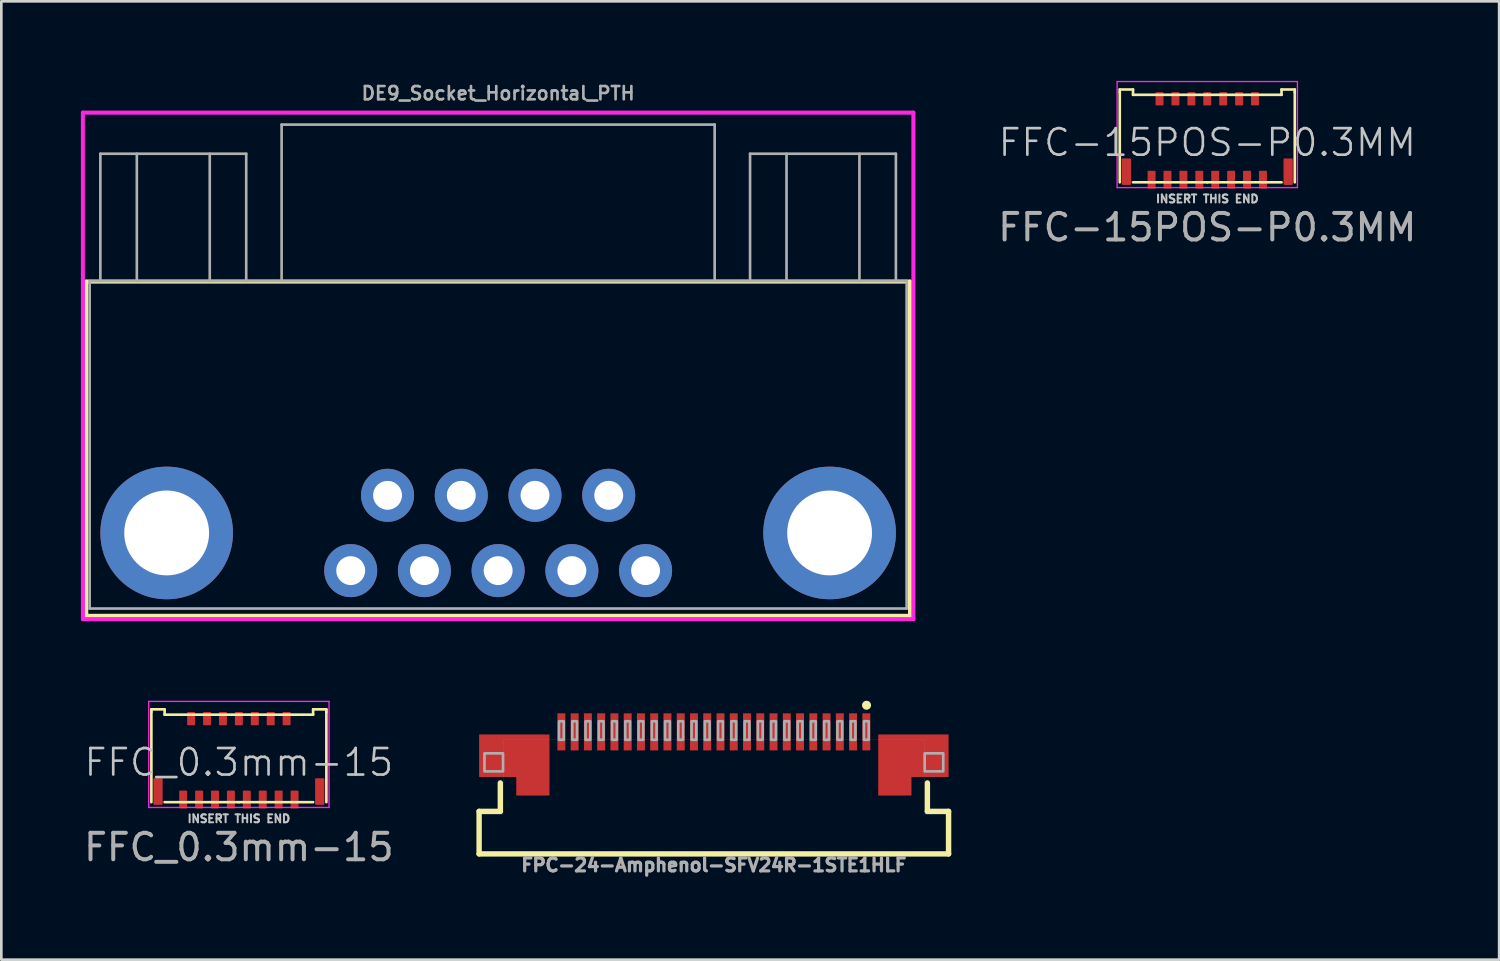
<source format=kicad_pcb>
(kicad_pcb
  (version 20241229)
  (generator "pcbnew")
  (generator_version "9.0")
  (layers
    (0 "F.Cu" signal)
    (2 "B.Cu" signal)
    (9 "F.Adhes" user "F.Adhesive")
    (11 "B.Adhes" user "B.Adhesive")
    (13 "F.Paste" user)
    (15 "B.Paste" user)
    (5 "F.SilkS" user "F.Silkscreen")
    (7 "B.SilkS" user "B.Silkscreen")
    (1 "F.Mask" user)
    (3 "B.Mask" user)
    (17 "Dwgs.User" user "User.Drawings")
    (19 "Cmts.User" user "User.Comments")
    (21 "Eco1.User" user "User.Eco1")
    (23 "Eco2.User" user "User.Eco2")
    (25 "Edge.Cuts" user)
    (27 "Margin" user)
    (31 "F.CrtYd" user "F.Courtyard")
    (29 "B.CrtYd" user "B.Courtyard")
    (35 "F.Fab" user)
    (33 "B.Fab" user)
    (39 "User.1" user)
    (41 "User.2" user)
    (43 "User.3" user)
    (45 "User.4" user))
  (footprint "DE9_Socket_Horizontal_PTH"
    (layer "F.Cu")
    (at 15.735 18.468)
    (property "Reference" "DE9_Socket_Horizontal_PTH" (at 0 -18 0) (unlocked yes) (layer "F.Fab") (effects (font (size 0.5 0.5) (thickness 0.1))))
    (attr smd)
    (fp_line (start -15.532 -10.9) (end -15.532 1.704) (stroke (width 0.152) (type solid)) (layer "F.SilkS"))
    (fp_line (start -15.532 1.704) (end 15.532 1.704) (stroke (width 0.152) (type solid)) (layer "F.SilkS"))
    (fp_line (start 15.532 -10.9) (end -15.532 -10.9) (stroke (width 0.152) (type solid)) (layer "F.SilkS"))
    (fp_line (start 15.532 1.704) (end 15.532 -10.9) (stroke (width 0.152) (type solid)) (layer "F.SilkS"))
    (fp_line (start -15.659 -17.27) (end -15.659 1.831) (stroke (width 0.152) (type solid)) (layer "F.CrtYd"))
    (fp_line (start -15.659 1.831) (end 15.659 1.831) (stroke (width 0.152) (type solid)) (layer "F.CrtYd"))
    (fp_line (start 15.659 -17.27) (end -15.659 -17.27) (stroke (width 0.152) (type solid)) (layer "F.CrtYd"))
    (fp_line (start 15.659 1.831) (end 15.659 -17.27) (stroke (width 0.152) (type solid)) (layer "F.CrtYd"))
    (fp_line (start -15.405 -10.92) (end 15.405 -10.92) (stroke (width 0.1) (type default)) (layer "F.Fab"))
    (fp_line (start -15.405 -10.92) (end -15.405 1.43) (stroke (width 0.1) (type solid)) (layer "F.Fab"))
    (fp_line (start -15.4 1.43) (end 15.4 1.43) (stroke (width 0.1) (type solid)) (layer "F.Fab"))
    (fp_line (start -15 -10.92) (end -15 -15.72) (stroke (width 0.1) (type solid)) (layer "F.Fab"))
    (fp_line (start -13.625 -10.92) (end -13.625 -15.72) (stroke (width 0.1) (type solid)) (layer "F.Fab"))
    (fp_line (start -10.875 -15.72) (end -10.875 -10.92) (stroke (width 0.1) (type solid)) (layer "F.Fab"))
    (fp_line (start -9.5 -15.72) (end -15 -15.72) (stroke (width 0.1) (type solid)) (layer "F.Fab"))
    (fp_line (start -9.5 -15.72) (end -9.5 -10.92) (stroke (width 0.1) (type solid)) (layer "F.Fab"))
    (fp_line (start -8.165 -16.82) (end -8.165 -10.92) (stroke (width 0.1) (type solid)) (layer "F.Fab"))
    (fp_line (start 8.165 -16.82) (end -8.165 -16.82) (stroke (width 0.1) (type solid)) (layer "F.Fab"))
    (fp_line (start 8.165 -10.92) (end 8.165 -16.82) (stroke (width 0.1) (type solid)) (layer "F.Fab"))
    (fp_line (start 9.5 -15.72) (end 15 -15.72) (stroke (width 0.1) (type solid)) (layer "F.Fab"))
    (fp_line (start 9.5 -10.92) (end 9.5 -15.72) (stroke (width 0.1) (type solid)) (layer "F.Fab"))
    (fp_line (start 10.875 -10.92) (end 10.875 -15.72) (stroke (width 0.1) (type solid)) (layer "F.Fab"))
    (fp_line (start 13.625 -15.72) (end 13.625 -10.92) (stroke (width 0.1) (type solid)) (layer "F.Fab"))
    (fp_line (start 15 -15.72) (end 15 -10.92) (stroke (width 0.1) (type solid)) (layer "F.Fab"))
    (fp_line (start 15.405 1.43) (end 15.405 -10.92) (stroke (width 0.1) (type solid)) (layer "F.Fab"))
    (pad "1" thru_hole circle (at -5.56 0) (size 2 2) (drill 1.09) (layers "*.Cu" "*.Mask"))
    (pad "2" thru_hole circle (at -2.78 0) (size 2 2) (drill 1.09) (layers "*.Cu" "*.Mask"))
    (pad "3" thru_hole circle (at 0 0 90) (size 2 2) (drill 1.09) (layers "*.Cu" "*.Mask"))
    (pad "4" thru_hole circle (at 2.78 0) (size 2 2) (drill 1.09) (layers "*.Cu" "*.Mask"))
    (pad "5" thru_hole circle (at 5.56 0 90) (size 2 2) (drill 1.09) (layers "*.Cu" "*.Mask"))
    (pad "6" thru_hole circle (at -4.17 -2.84) (size 2 2) (drill 1.09) (layers "*.Cu" "*.Mask"))
    (pad "7" thru_hole circle (at -1.39 -2.84) (size 2 2) (drill 1.09) (layers "*.Cu" "*.Mask"))
    (pad "8" thru_hole circle (at 1.39 -2.84) (size 2 2) (drill 1.09) (layers "*.Cu" "*.Mask"))
    (pad "9" thru_hole circle (at 4.17 -2.84) (size 2 2) (drill 1.09) (layers "*.Cu" "*.Mask"))
    (pad "10" thru_hole circle (at -12.5 -1.42) (size 5 5) (drill 3.2) (layers "*.Cu" "*.Mask"))
    (pad "11" thru_hole circle (at 12.5 -1.42) (size 5 5) (drill 3.2) (layers "*.Cu" "*.Mask")))
  (footprint "FPC-24-Amphenol-SFV24R-1STE1HLF"
    (layer "F.Cu")
    (at 23.87 26.949)
    (property "Reference" "FPC-24-Amphenol-SFV24R-1STE1HLF" (at 0 2.337 0) (unlocked yes) (layer "F.Fab") (effects (font (size 0.488 0.488) (thickness 0.122)) (justify top)))
    (fp_line (start -8.852 0.598) (end -8.852 2.202) (stroke (width 0.203) (type solid)) (layer "F.SilkS"))
    (fp_line (start -8.852 2.202) (end 8.852 2.202) (stroke (width 0.203) (type solid)) (layer "F.SilkS"))
    (fp_line (start -8.052 -0.474) (end -8.052 0.598) (stroke (width 0.203) (type solid)) (layer "F.SilkS"))
    (fp_line (start -8.052 0.598) (end -8.852 0.598) (stroke (width 0.203) (type solid)) (layer "F.SilkS"))
    (fp_line (start 8.052 -0.474) (end 8.052 0.598) (stroke (width 0.203) (type solid)) (layer "F.SilkS"))
    (fp_line (start 8.052 0.598) (end 8.852 0.598) (stroke (width 0.203) (type solid)) (layer "F.SilkS"))
    (fp_line (start 8.852 0.598) (end 8.852 2.202) (stroke (width 0.203) (type solid)) (layer "F.SilkS"))
    (fp_circle (center 5.758 -3.404) (end 5.878 -3.404) (stroke (width 0.1) (type solid)) (fill yes) (layer "F.SilkS"))
    (fp_line (start -8.75 0.7) (end -8.75 2.1) (stroke (width 0.003) (type solid)) (layer "F.Fab"))
    (fp_line (start -8.75 2.1) (end 8.75 2.1) (stroke (width 0.003) (type solid)) (layer "F.Fab"))
    (fp_line (start -7.95 -2.1) (end -7.95 0.7) (stroke (width 0.003) (type solid)) (layer "F.Fab"))
    (fp_line (start -7.95 0.7) (end -8.75 0.7) (stroke (width 0.003) (type solid)) (layer "F.Fab"))
    (fp_line (start 7.95 -2.1) (end -7.95 -2.1) (stroke (width 0.003) (type solid)) (layer "F.Fab"))
    (fp_line (start 7.95 0.7) (end 7.95 -2.1) (stroke (width 0.003) (type solid)) (layer "F.Fab"))
    (fp_line (start 8.75 0.7) (end 7.95 0.7) (stroke (width 0.003) (type solid)) (layer "F.Fab"))
    (fp_line (start 8.75 2.1) (end 8.75 0.7) (stroke (width 0.003) (type solid)) (layer "F.Fab"))
    (fp_poly (pts (xy -8.65 -0.91) (xy -7.95 -0.91) (xy -7.95 -1.59) (xy -8.65 -1.59)) (stroke (width 0.1) (type default)) (fill no) (layer "F.Fab"))
    (fp_poly (pts (xy -5.84 -2.1) (xy -5.66 -2.1) (xy -5.66 -2.8) (xy -5.84 -2.8)) (stroke (width 0.1) (type default)) (fill no) (layer "F.Fab"))
    (fp_poly (pts (xy -5.34 -2.1) (xy -5.16 -2.1) (xy -5.16 -2.8) (xy -5.34 -2.8)) (stroke (width 0.1) (type default)) (fill no) (layer "F.Fab"))
    (fp_poly (pts (xy -4.84 -2.1) (xy -4.66 -2.1) (xy -4.66 -2.8) (xy -4.84 -2.8)) (stroke (width 0.1) (type default)) (fill no) (layer "F.Fab"))
    (fp_poly (pts (xy -4.34 -2.1) (xy -4.16 -2.1) (xy -4.16 -2.8) (xy -4.34 -2.8)) (stroke (width 0.1) (type default)) (fill no) (layer "F.Fab"))
    (fp_poly (pts (xy -3.84 -2.1) (xy -3.66 -2.1) (xy -3.66 -2.8) (xy -3.84 -2.8)) (stroke (width 0.1) (type default)) (fill no) (layer "F.Fab"))
    (fp_poly (pts (xy -3.34 -2.1) (xy -3.16 -2.1) (xy -3.16 -2.8) (xy -3.34 -2.8)) (stroke (width 0.1) (type default)) (fill no) (layer "F.Fab"))
    (fp_poly (pts (xy -2.84 -2.1) (xy -2.66 -2.1) (xy -2.66 -2.8) (xy -2.84 -2.8)) (stroke (width 0.1) (type default)) (fill no) (layer "F.Fab"))
    (fp_poly (pts (xy -2.34 -2.1) (xy -2.16 -2.1) (xy -2.16 -2.8) (xy -2.34 -2.8)) (stroke (width 0.1) (type default)) (fill no) (layer "F.Fab"))
    (fp_poly (pts (xy -1.84 -2.1) (xy -1.66 -2.1) (xy -1.66 -2.8) (xy -1.84 -2.8)) (stroke (width 0.1) (type default)) (fill no) (layer "F.Fab"))
    (fp_poly (pts (xy -1.34 -2.1) (xy -1.16 -2.1) (xy -1.16 -2.8) (xy -1.34 -2.8)) (stroke (width 0.1) (type default)) (fill no) (layer "F.Fab"))
    (fp_poly (pts (xy -0.84 -2.1) (xy -0.66 -2.1) (xy -0.66 -2.8) (xy -0.84 -2.8)) (stroke (width 0.1) (type default)) (fill no) (layer "F.Fab"))
    (fp_poly (pts (xy -0.34 -2.1) (xy -0.16 -2.1) (xy -0.16 -2.8) (xy -0.34 -2.8)) (stroke (width 0.1) (type default)) (fill no) (layer "F.Fab"))
    (fp_poly (pts (xy 0.16 -2.1) (xy 0.34 -2.1) (xy 0.34 -2.8) (xy 0.16 -2.8)) (stroke (width 0.1) (type default)) (fill no) (layer "F.Fab"))
    (fp_poly (pts (xy 0.66 -2.1) (xy 0.84 -2.1) (xy 0.84 -2.8) (xy 0.66 -2.8)) (stroke (width 0.1) (type default)) (fill no) (layer "F.Fab"))
    (fp_poly (pts (xy 1.16 -2.1) (xy 1.34 -2.1) (xy 1.34 -2.8) (xy 1.16 -2.8)) (stroke (width 0.1) (type default)) (fill no) (layer "F.Fab"))
    (fp_poly (pts (xy 1.66 -2.1) (xy 1.84 -2.1) (xy 1.84 -2.8) (xy 1.66 -2.8)) (stroke (width 0.1) (type default)) (fill no) (layer "F.Fab"))
    (fp_poly (pts (xy 2.16 -2.1) (xy 2.34 -2.1) (xy 2.34 -2.8) (xy 2.16 -2.8)) (stroke (width 0.1) (type default)) (fill no) (layer "F.Fab"))
    (fp_poly (pts (xy 2.66 -2.1) (xy 2.84 -2.1) (xy 2.84 -2.8) (xy 2.66 -2.8)) (stroke (width 0.1) (type default)) (fill no) (layer "F.Fab"))
    (fp_poly (pts (xy 3.16 -2.1) (xy 3.34 -2.1) (xy 3.34 -2.8) (xy 3.16 -2.8)) (stroke (width 0.1) (type default)) (fill no) (layer "F.Fab"))
    (fp_poly (pts (xy 3.66 -2.1) (xy 3.84 -2.1) (xy 3.84 -2.8) (xy 3.66 -2.8)) (stroke (width 0.1) (type default)) (fill no) (layer "F.Fab"))
    (fp_poly (pts (xy 4.16 -2.1) (xy 4.34 -2.1) (xy 4.34 -2.8) (xy 4.16 -2.8)) (stroke (width 0.1) (type default)) (fill no) (layer "F.Fab"))
    (fp_poly (pts (xy 4.66 -2.1) (xy 4.84 -2.1) (xy 4.84 -2.8) (xy 4.66 -2.8)) (stroke (width 0.1) (type default)) (fill no) (layer "F.Fab"))
    (fp_poly (pts (xy 5.16 -2.1) (xy 5.34 -2.1) (xy 5.34 -2.8) (xy 5.16 -2.8)) (stroke (width 0.1) (type default)) (fill no) (layer "F.Fab"))
    (fp_poly (pts (xy 5.66 -2.1) (xy 5.84 -2.1) (xy 5.84 -2.8) (xy 5.66 -2.8)) (stroke (width 0.1) (type default)) (fill no) (layer "F.Fab"))
    (fp_poly (pts (xy 7.95 -0.91) (xy 8.65 -0.91) (xy 8.65 -1.59) (xy 7.95 -1.59)) (stroke (width 0.1) (type default)) (fill no) (layer "F.Fab"))
    (pad "1" smd rect (at 5.75 -2.4) (size 0.3 1.4) (layers "F.Cu" "F.Mask" "F.Paste"))
    (pad "2" smd rect (at 5.25 -2.4) (size 0.3 1.4) (layers "F.Cu" "F.Mask" "F.Paste"))
    (pad "3" smd rect (at 4.75 -2.4) (size 0.3 1.4) (layers "F.Cu" "F.Mask" "F.Paste"))
    (pad "4" smd rect (at 4.25 -2.4) (size 0.3 1.4) (layers "F.Cu" "F.Mask" "F.Paste"))
    (pad "5" smd rect (at 3.75 -2.4) (size 0.3 1.4) (layers "F.Cu" "F.Mask" "F.Paste"))
    (pad "6" smd rect (at 3.25 -2.4) (size 0.3 1.4) (layers "F.Cu" "F.Mask" "F.Paste"))
    (pad "7" smd rect (at 2.75 -2.4) (size 0.3 1.4) (layers "F.Cu" "F.Mask" "F.Paste"))
    (pad "8" smd rect (at 2.25 -2.4) (size 0.3 1.4) (layers "F.Cu" "F.Mask" "F.Paste"))
    (pad "9" smd rect (at 1.75 -2.4) (size 0.3 1.4) (layers "F.Cu" "F.Mask" "F.Paste"))
    (pad "10" smd rect (at 1.25 -2.4) (size 0.3 1.4) (layers "F.Cu" "F.Mask" "F.Paste"))
    (pad "11" smd rect (at 0.75 -2.4) (size 0.3 1.4) (layers "F.Cu" "F.Mask" "F.Paste"))
    (pad "12" smd rect (at 0.25 -2.4) (size 0.3 1.4) (layers "F.Cu" "F.Mask" "F.Paste"))
    (pad "13" smd rect (at -0.25 -2.4) (size 0.3 1.4) (layers "F.Cu" "F.Mask" "F.Paste"))
    (pad "14" smd rect (at -0.75 -2.4) (size 0.3 1.4) (layers "F.Cu" "F.Mask" "F.Paste"))
    (pad "15" smd rect (at -1.25 -2.4) (size 0.3 1.4) (layers "F.Cu" "F.Mask" "F.Paste"))
    (pad "16" smd rect (at -1.75 -2.4) (size 0.3 1.4) (layers "F.Cu" "F.Mask" "F.Paste"))
    (pad "17" smd rect (at -2.25 -2.4) (size 0.3 1.4) (layers "F.Cu" "F.Mask" "F.Paste"))
    (pad "18" smd rect (at -2.75 -2.4) (size 0.3 1.4) (layers "F.Cu" "F.Mask" "F.Paste"))
    (pad "19" smd rect (at -3.25 -2.4) (size 0.3 1.4) (layers "F.Cu" "F.Mask" "F.Paste"))
    (pad "20" smd rect (at -3.75 -2.4) (size 0.3 1.4) (layers "F.Cu" "F.Mask" "F.Paste"))
    (pad "21" smd rect (at -4.25 -2.4) (size 0.3 1.4) (layers "F.Cu" "F.Mask" "F.Paste"))
    (pad "22" smd rect (at -4.75 -2.4) (size 0.3 1.4) (layers "F.Cu" "F.Mask" "F.Paste"))
    (pad "23" smd rect (at -5.25 -2.4) (size 0.3 1.4) (layers "F.Cu" "F.Mask" "F.Paste"))
    (pad "24" smd rect (at -5.75 -2.4) (size 0.3 1.4) (layers "F.Cu" "F.Mask" "F.Paste"))
    (pad "MNT1" smd custom (at -6.825 -1.15) (size 1.25 2.3) (layers "F.Cu" "F.Mask" "F.Paste") (options (anchor rect)) (primitives (gr_poly (pts (xy 0.625 -1.15) (xy -2.025 -1.15) (xy -2.025 0.45) (xy -0.625 0.45) (xy -0.625 1.15) (xy 0.625 1.15)) (width 0.003) (fill yes))))
    (pad "MNT2" smd custom (at 6.825 -1.15) (size 1.25 2.3) (layers "F.Cu" "F.Mask" "F.Paste") (options (anchor rect)) (primitives (gr_poly (pts (xy 0.625 1.15) (xy 0.625 0.45) (xy 2.025 0.45) (xy 2.025 -1.15) (xy -0.625 -1.15) (xy -0.625 1.15)) (width 0.003) (fill yes)))))
  (footprint "FFC-15POS-P0.3MM"
    (layer "F.Cu")
    (at 42.477 2.325)
    (property "Reference" "FFC-15POS-P0.3MM" (at 0 0 0) (unlocked yes) (layer "Dwgs.User") (effects (font (size 1 1) (thickness 0.1))))
    (attr smd)
    (fp_line (start -3.3 -2) (end -3.3 -1.9) (stroke (width 0.1) (type default)) (layer "F.SilkS"))
    (fp_line (start -3.3 1.5) (end -3.3 -1.9) (stroke (width 0.1) (type default)) (layer "F.SilkS"))
    (fp_line (start -2.8 -2) (end -3.3 -2) (stroke (width 0.1) (type default)) (layer "F.SilkS"))
    (fp_line (start -2.8 -1.8) (end -2.8 -2) (stroke (width 0.1) (type default)) (layer "F.SilkS"))
    (fp_line (start 0 -1.8) (end -2.8 -1.8) (stroke (width 0.1) (type default)) (layer "F.SilkS"))
    (fp_line (start 0 -1.8) (end 2.8 -1.8) (stroke (width 0.1) (type default)) (layer "F.SilkS"))
    (fp_line (start 0 1.5) (end -2.8 1.5) (stroke (width 0.1) (type default)) (layer "F.SilkS"))
    (fp_line (start 0 1.5) (end 2.8 1.5) (stroke (width 0.1) (type default)) (layer "F.SilkS"))
    (fp_line (start 2.8 -2) (end 3.3 -2) (stroke (width 0.1) (type default)) (layer "F.SilkS"))
    (fp_line (start 2.8 -1.8) (end 2.8 -2) (stroke (width 0.1) (type default)) (layer "F.SilkS"))
    (fp_line (start 3.3 -2) (end 3.3 -1.9) (stroke (width 0.1) (type default)) (layer "F.SilkS"))
    (fp_line (start 3.3 -1.9) (end 3.3 1.5) (stroke (width 0.1) (type default)) (layer "F.SilkS"))
    (fp_line (start -3.4 -2.3) (end 3.4 -2.3) (stroke (width 0.05) (type default)) (layer "F.CrtYd"))
    (fp_line (start -3.4 1.7) (end -3.4 -2.3) (stroke (width 0.05) (type default)) (layer "F.CrtYd"))
    (fp_line (start 3.4 -2.3) (end 3.4 1.7) (stroke (width 0.05) (type default)) (layer "F.CrtYd"))
    (fp_line (start 3.4 1.7) (end -3.4 1.7) (stroke (width 0.05) (type default)) (layer "F.CrtYd"))
    (fp_text user "INSERT THIS END" (at 0 2.3 0) (unlocked yes) (layer "Dwgs.User") (effects (font (size 0.3 0.3) (thickness 0.075)) (justify bottom)))
    (fp_text user "${REFERENCE}" (at 0 3.2 0) (unlocked yes) (layer "F.Fab") (effects (font (size 1 1) (thickness 0.15))))
    (pad "1" smd roundrect (at -2.1 1.4) (size 0.3 0.67) (layers "F.Cu" "F.Mask" "F.Paste") (roundrect_rratio 0.1))
    (pad "2" smd roundrect (at -1.8 -1.65) (size 0.3 0.5) (layers "F.Cu" "F.Mask" "F.Paste") (roundrect_rratio 0.1))
    (pad "3" smd roundrect (at -1.5 1.4) (size 0.3 0.67) (layers "F.Cu" "F.Mask" "F.Paste") (roundrect_rratio 0.1))
    (pad "4" smd roundrect (at -1.2 -1.65) (size 0.3 0.5) (layers "F.Cu" "F.Mask" "F.Paste") (roundrect_rratio 0.1))
    (pad "5" smd roundrect (at -0.9 1.4) (size 0.3 0.67) (layers "F.Cu" "F.Mask" "F.Paste") (roundrect_rratio 0.1))
    (pad "6" smd roundrect (at -0.6 -1.65) (size 0.3 0.5) (layers "F.Cu" "F.Mask" "F.Paste") (roundrect_rratio 0.1))
    (pad "7" smd roundrect (at -0.3 1.4) (size 0.3 0.67) (layers "F.Cu" "F.Mask" "F.Paste") (roundrect_rratio 0.1))
    (pad "8" smd roundrect (at 0 -1.65) (size 0.3 0.5) (layers "F.Cu" "F.Mask" "F.Paste") (roundrect_rratio 0.1))
    (pad "9" smd roundrect (at 0.3 1.4) (size 0.3 0.67) (layers "F.Cu" "F.Mask" "F.Paste") (roundrect_rratio 0.1))
    (pad "10" smd roundrect (at 0.6 -1.65) (size 0.3 0.5) (layers "F.Cu" "F.Mask" "F.Paste") (roundrect_rratio 0.1))
    (pad "11" smd roundrect (at 0.9 1.4) (size 0.3 0.67) (layers "F.Cu" "F.Mask" "F.Paste") (roundrect_rratio 0.1))
    (pad "12" smd roundrect (at 1.2 -1.65) (size 0.3 0.5) (layers "F.Cu" "F.Mask" "F.Paste") (roundrect_rratio 0.1))
    (pad "13" smd roundrect (at 1.5 1.4) (size 0.3 0.67) (layers "F.Cu" "F.Mask" "F.Paste") (roundrect_rratio 0.1))
    (pad "14" smd roundrect (at 1.8 -1.65) (size 0.3 0.5) (layers "F.Cu" "F.Mask" "F.Paste") (roundrect_rratio 0.1))
    (pad "15" smd roundrect (at 2.1 1.4) (size 0.3 0.67) (layers "F.Cu" "F.Mask" "F.Paste") (roundrect_rratio 0.1))
    (pad "GND" smd roundrect (at -3.05 1.1) (size 0.35 1) (layers "F.Cu" "F.Mask" "F.Paste") (roundrect_rratio 0.1))
    (pad "GND" smd roundrect (at 3.05 1.1) (size 0.35 1) (layers "F.Cu" "F.Mask" "F.Paste") (roundrect_rratio 0.1)))
  (footprint "FFC_0.3mm-15"
    (layer "F.Cu")
    (at 5.958 25.7)
    (property "Reference" "FFC_0.3mm-15" (at 0 0 0) (unlocked yes) (layer "Dwgs.User") (effects (font (size 1 1) (thickness 0.1))))
    (attr smd)
    (fp_line (start -3.3 -2) (end -3.3 -1.9) (stroke (width 0.1) (type default)) (layer "F.SilkS"))
    (fp_line (start -3.3 1.5) (end -3.3 -1.9) (stroke (width 0.1) (type default)) (layer "F.SilkS"))
    (fp_line (start -2.8 -2) (end -3.3 -2) (stroke (width 0.1) (type default)) (layer "F.SilkS"))
    (fp_line (start -2.8 -1.8) (end -2.8 -2) (stroke (width 0.1) (type default)) (layer "F.SilkS"))
    (fp_line (start 0 -1.8) (end -2.8 -1.8) (stroke (width 0.1) (type default)) (layer "F.SilkS"))
    (fp_line (start 0 -1.8) (end 2.8 -1.8) (stroke (width 0.1) (type default)) (layer "F.SilkS"))
    (fp_line (start 0 1.5) (end -2.8 1.5) (stroke (width 0.1) (type default)) (layer "F.SilkS"))
    (fp_line (start 0 1.5) (end 2.8 1.5) (stroke (width 0.1) (type default)) (layer "F.SilkS"))
    (fp_line (start 2.8 -2) (end 3.3 -2) (stroke (width 0.1) (type default)) (layer "F.SilkS"))
    (fp_line (start 2.8 -1.8) (end 2.8 -2) (stroke (width 0.1) (type default)) (layer "F.SilkS"))
    (fp_line (start 3.3 -2) (end 3.3 -1.9) (stroke (width 0.1) (type default)) (layer "F.SilkS"))
    (fp_line (start 3.3 -1.9) (end 3.3 1.5) (stroke (width 0.1) (type default)) (layer "F.SilkS"))
    (fp_line (start -3.4 -2.3) (end 3.4 -2.3) (stroke (width 0.05) (type default)) (layer "F.CrtYd"))
    (fp_line (start -3.4 1.7) (end -3.4 -2.3) (stroke (width 0.05) (type default)) (layer "F.CrtYd"))
    (fp_line (start 3.4 -2.3) (end 3.4 1.7) (stroke (width 0.05) (type default)) (layer "F.CrtYd"))
    (fp_line (start 3.4 1.7) (end -3.4 1.7) (stroke (width 0.05) (type default)) (layer "F.CrtYd"))
    (fp_text user "INSERT THIS END" (at 0 2.3 0) (unlocked yes) (layer "Dwgs.User") (effects (font (size 0.3 0.3) (thickness 0.075)) (justify bottom)))
    (fp_text user "${REFERENCE}" (at 0 3.2 0) (unlocked yes) (layer "F.Fab") (effects (font (size 1 1) (thickness 0.15))))
    (pad "1" smd roundrect (at -2.1 1.4) (size 0.3 0.67) (layers "F.Cu" "F.Mask" "F.Paste") (roundrect_rratio 0.1))
    (pad "2" smd roundrect (at -1.8 -1.65) (size 0.3 0.5) (layers "F.Cu" "F.Mask" "F.Paste") (roundrect_rratio 0.1))
    (pad "3" smd roundrect (at -1.5 1.4) (size 0.3 0.67) (layers "F.Cu" "F.Mask" "F.Paste") (roundrect_rratio 0.1))
    (pad "4" smd roundrect (at -1.2 -1.65) (size 0.3 0.5) (layers "F.Cu" "F.Mask" "F.Paste") (roundrect_rratio 0.1))
    (pad "5" smd roundrect (at -0.9 1.4) (size 0.3 0.67) (layers "F.Cu" "F.Mask" "F.Paste") (roundrect_rratio 0.1))
    (pad "6" smd roundrect (at -0.6 -1.65) (size 0.3 0.5) (layers "F.Cu" "F.Mask" "F.Paste") (roundrect_rratio 0.1))
    (pad "7" smd roundrect (at -0.3 1.4) (size 0.3 0.67) (layers "F.Cu" "F.Mask" "F.Paste") (roundrect_rratio 0.1))
    (pad "8" smd roundrect (at 0 -1.65) (size 0.3 0.5) (layers "F.Cu" "F.Mask" "F.Paste") (roundrect_rratio 0.1))
    (pad "9" smd roundrect (at 0.3 1.4) (size 0.3 0.67) (layers "F.Cu" "F.Mask" "F.Paste") (roundrect_rratio 0.1))
    (pad "10" smd roundrect (at 0.6 -1.65) (size 0.3 0.5) (layers "F.Cu" "F.Mask" "F.Paste") (roundrect_rratio 0.1))
    (pad "11" smd roundrect (at 0.9 1.4) (size 0.3 0.67) (layers "F.Cu" "F.Mask" "F.Paste") (roundrect_rratio 0.1))
    (pad "12" smd roundrect (at 1.2 -1.65) (size 0.3 0.5) (layers "F.Cu" "F.Mask" "F.Paste") (roundrect_rratio 0.1))
    (pad "13" smd roundrect (at 1.5 1.4) (size 0.3 0.67) (layers "F.Cu" "F.Mask" "F.Paste") (roundrect_rratio 0.1))
    (pad "14" smd roundrect (at 1.8 -1.65) (size 0.3 0.5) (layers "F.Cu" "F.Mask" "F.Paste") (roundrect_rratio 0.1))
    (pad "15" smd roundrect (at 2.1 1.4) (size 0.3 0.67) (layers "F.Cu" "F.Mask" "F.Paste") (roundrect_rratio 0.1))
    (pad "GND" smd roundrect (at -3.05 1.1) (size 0.35 1) (layers "F.Cu" "F.Mask" "F.Paste") (roundrect_rratio 0.1))
    (pad "GND" smd roundrect (at 3.05 1.1) (size 0.35 1) (layers "F.Cu" "F.Mask" "F.Paste") (roundrect_rratio 0.1)))
  (gr_rect
    (start -3 -3)
    (end 53.483 33.14)
    (stroke (width 0.1) (type default))
    (fill no)
    (layer "Edge.Cuts")))
</source>
